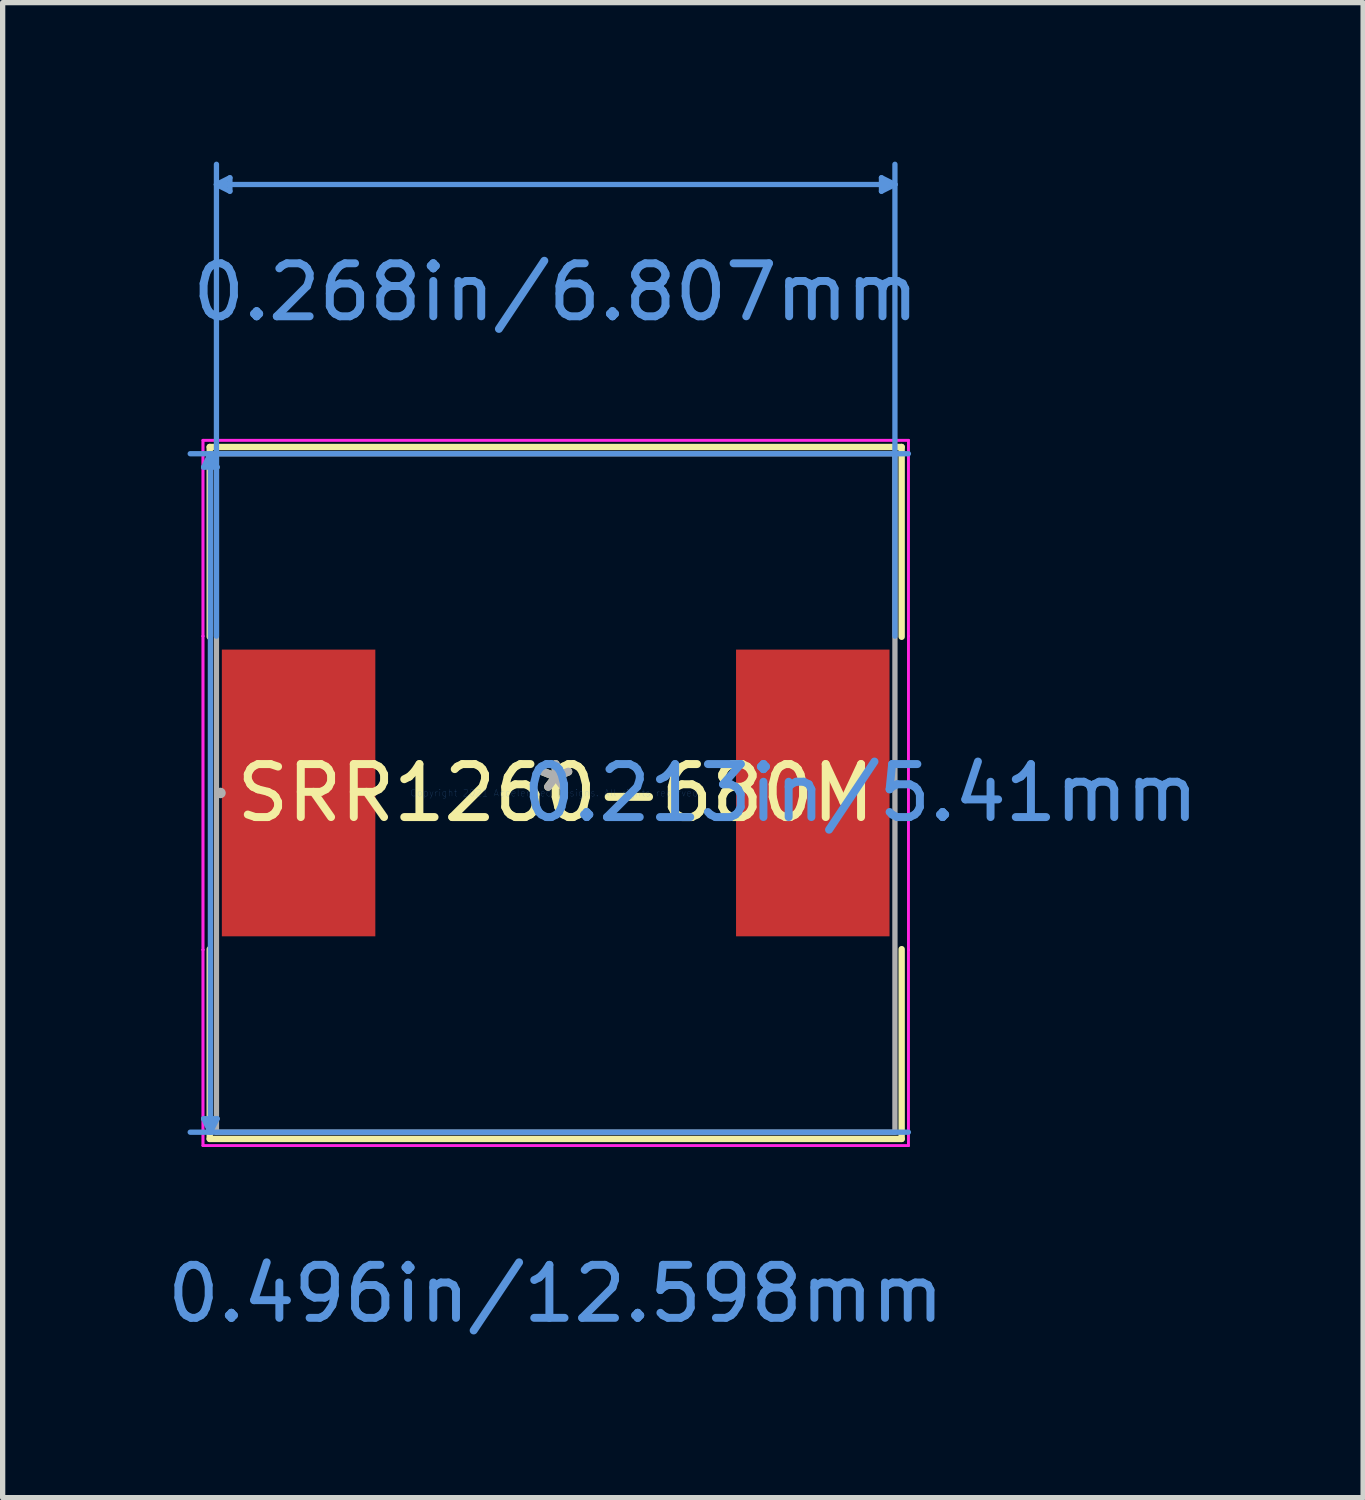
<source format=kicad_pcb>
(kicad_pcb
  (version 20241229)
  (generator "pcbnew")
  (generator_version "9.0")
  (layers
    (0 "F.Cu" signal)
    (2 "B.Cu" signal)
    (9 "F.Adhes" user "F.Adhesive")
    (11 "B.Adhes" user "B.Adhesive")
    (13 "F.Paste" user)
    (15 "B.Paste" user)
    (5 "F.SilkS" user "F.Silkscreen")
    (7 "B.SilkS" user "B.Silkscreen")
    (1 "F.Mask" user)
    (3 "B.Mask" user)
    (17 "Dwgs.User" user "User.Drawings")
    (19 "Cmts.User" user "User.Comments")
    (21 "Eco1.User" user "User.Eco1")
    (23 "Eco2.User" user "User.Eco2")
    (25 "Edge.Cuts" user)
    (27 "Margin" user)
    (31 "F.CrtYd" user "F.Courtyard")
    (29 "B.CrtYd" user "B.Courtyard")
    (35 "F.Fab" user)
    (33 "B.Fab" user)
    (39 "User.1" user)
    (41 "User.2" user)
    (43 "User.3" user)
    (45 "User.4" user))
  (footprint "SRR1260-680M"
    (layer "F.Cu")
    (at 7.435 11.912)
    (property "Reference" "SRR1260-680M" (at 0 0 0) (layer "F.SilkS") (effects (font (size 1 1) (thickness 0.15))))
    (attr through_hole)
    (fp_line (start -6.528 -6.528) (end -6.528 -2.947) (stroke (width 0.12) (type solid)) (layer "F.SilkS"))
    (fp_line (start -6.528 2.947) (end -6.528 6.528) (stroke (width 0.12) (type solid)) (layer "F.SilkS"))
    (fp_line (start -6.528 6.528) (end 6.528 6.528) (stroke (width 0.12) (type solid)) (layer "F.SilkS"))
    (fp_line (start 6.528 -6.528) (end -6.528 -6.528) (stroke (width 0.12) (type solid)) (layer "F.SilkS"))
    (fp_line (start 6.528 -2.947) (end 6.528 -6.528) (stroke (width 0.12) (type solid)) (layer "F.SilkS"))
    (fp_line (start 6.528 6.528) (end 6.528 2.947) (stroke (width 0.12) (type solid)) (layer "F.SilkS"))
    (fp_line (start -6.642 -6.147) (end -6.388 -6.147) (stroke (width 0.1) (type solid)) (layer "Cmts.User"))
    (fp_line (start -6.642 6.147) (end -6.388 6.147) (stroke (width 0.1) (type solid)) (layer "Cmts.User"))
    (fp_line (start -6.515 -6.401) (end -6.642 -6.147) (stroke (width 0.1) (type solid)) (layer "Cmts.User"))
    (fp_line (start -6.515 -6.401) (end -6.515 6.401) (stroke (width 0.1) (type solid)) (layer "Cmts.User"))
    (fp_line (start -6.515 -6.401) (end -6.388 -6.147) (stroke (width 0.1) (type solid)) (layer "Cmts.User"))
    (fp_line (start -6.515 6.401) (end -6.642 6.147) (stroke (width 0.1) (type solid)) (layer "Cmts.User"))
    (fp_line (start -6.515 6.401) (end -6.388 6.147) (stroke (width 0.1) (type solid)) (layer "Cmts.User"))
    (fp_line (start -6.401 -11.481) (end -6.147 -11.608) (stroke (width 0.1) (type solid)) (layer "Cmts.User"))
    (fp_line (start -6.401 -11.481) (end -6.147 -11.354) (stroke (width 0.1) (type solid)) (layer "Cmts.User"))
    (fp_line (start -6.401 -11.481) (end 6.401 -11.481) (stroke (width 0.1) (type solid)) (layer "Cmts.User"))
    (fp_line (start -6.401 -2.959) (end -6.401 -11.862) (stroke (width 0.1) (type solid)) (layer "Cmts.User"))
    (fp_line (start -6.147 -11.608) (end -6.147 -11.354) (stroke (width 0.1) (type solid)) (layer "Cmts.User"))
    (fp_line (start 6.147 -11.608) (end 6.147 -11.354) (stroke (width 0.1) (type solid)) (layer "Cmts.User"))
    (fp_line (start 6.401 -11.481) (end 6.147 -11.608) (stroke (width 0.1) (type solid)) (layer "Cmts.User"))
    (fp_line (start 6.401 -11.481) (end 6.147 -11.354) (stroke (width 0.1) (type solid)) (layer "Cmts.User"))
    (fp_line (start 6.401 -2.959) (end 6.401 -11.862) (stroke (width 0.1) (type solid)) (layer "Cmts.User"))
    (fp_line (start 6.655 -6.401) (end -6.896 -6.401) (stroke (width 0.1) (type solid)) (layer "Cmts.User"))
    (fp_line (start 6.655 6.401) (end -6.896 6.401) (stroke (width 0.1) (type solid)) (layer "Cmts.User"))
    (fp_line (start -6.655 -6.655) (end 6.655 -6.655) (stroke (width 0.05) (type solid)) (layer "F.CrtYd"))
    (fp_line (start -6.655 -6.655) (end 6.655 -6.655) (stroke (width 0.05) (type solid)) (layer "F.CrtYd"))
    (fp_line (start -6.655 -2.959) (end -6.655 -6.655) (stroke (width 0.05) (type solid)) (layer "F.CrtYd"))
    (fp_line (start -6.655 -2.959) (end -6.655 -6.655) (stroke (width 0.05) (type solid)) (layer "F.CrtYd"))
    (fp_line (start -6.655 -2.959) (end -6.655 -2.959) (stroke (width 0.05) (type solid)) (layer "F.CrtYd"))
    (fp_line (start -6.655 -2.959) (end -6.655 -2.959) (stroke (width 0.05) (type solid)) (layer "F.CrtYd"))
    (fp_line (start -6.655 2.959) (end -6.655 -2.959) (stroke (width 0.05) (type solid)) (layer "F.CrtYd"))
    (fp_line (start -6.655 2.959) (end -6.655 -2.959) (stroke (width 0.05) (type solid)) (layer "F.CrtYd"))
    (fp_line (start -6.655 2.959) (end -6.655 2.959) (stroke (width 0.05) (type solid)) (layer "F.CrtYd"))
    (fp_line (start -6.655 2.959) (end -6.655 2.959) (stroke (width 0.05) (type solid)) (layer "F.CrtYd"))
    (fp_line (start -6.655 6.655) (end -6.655 2.959) (stroke (width 0.05) (type solid)) (layer "F.CrtYd"))
    (fp_line (start -6.655 6.655) (end -6.655 2.959) (stroke (width 0.05) (type solid)) (layer "F.CrtYd"))
    (fp_line (start 6.655 -6.655) (end 6.655 -2.959) (stroke (width 0.05) (type solid)) (layer "F.CrtYd"))
    (fp_line (start 6.655 -6.655) (end 6.655 -2.959) (stroke (width 0.05) (type solid)) (layer "F.CrtYd"))
    (fp_line (start 6.655 -2.959) (end 6.655 -2.959) (stroke (width 0.05) (type solid)) (layer "F.CrtYd"))
    (fp_line (start 6.655 -2.959) (end 6.655 -2.959) (stroke (width 0.05) (type solid)) (layer "F.CrtYd"))
    (fp_line (start 6.655 -2.959) (end 6.655 2.959) (stroke (width 0.05) (type solid)) (layer "F.CrtYd"))
    (fp_line (start 6.655 -2.959) (end 6.655 2.959) (stroke (width 0.05) (type solid)) (layer "F.CrtYd"))
    (fp_line (start 6.655 2.959) (end 6.655 2.959) (stroke (width 0.05) (type solid)) (layer "F.CrtYd"))
    (fp_line (start 6.655 2.959) (end 6.655 2.959) (stroke (width 0.05) (type solid)) (layer "F.CrtYd"))
    (fp_line (start 6.655 2.959) (end 6.655 6.655) (stroke (width 0.05) (type solid)) (layer "F.CrtYd"))
    (fp_line (start 6.655 2.959) (end 6.655 6.655) (stroke (width 0.05) (type solid)) (layer "F.CrtYd"))
    (fp_line (start 6.655 6.655) (end -6.655 6.655) (stroke (width 0.05) (type solid)) (layer "F.CrtYd"))
    (fp_line (start 6.655 6.655) (end -6.655 6.655) (stroke (width 0.05) (type solid)) (layer "F.CrtYd"))
    (fp_line (start -6.401 -6.401) (end -6.401 6.401) (stroke (width 0.1) (type solid)) (layer "F.Fab"))
    (fp_line (start -6.401 6.401) (end 6.401 6.401) (stroke (width 0.1) (type solid)) (layer "F.Fab"))
    (fp_line (start 6.401 -6.401) (end -6.401 -6.401) (stroke (width 0.1) (type solid)) (layer "F.Fab"))
    (fp_line (start 6.401 6.401) (end 6.401 -6.401) (stroke (width 0.1) (type solid)) (layer "F.Fab"))
    (fp_circle (center -6.325 0) (end -6.325 0) (stroke (width 0.1) (type solid)) (fill no) (layer "F.Fab"))
    (fp_text user "*" (at 0 0 0) (layer "F.SilkS") (effects (font (size 1 1) (thickness 0.15))))
    (fp_text user "Copyright 2021 Accelerated Designs. All rights reserved." (at 0 0 0) (layer "Cmts.User") (effects (font (size 0.127 0.127) (thickness 0.002))))
    (fp_text user "0.268in/6.807mm" (at 0 -9.449 0) (layer "Cmts.User") (effects (font (size 1 1) (thickness 0.15))))
    (fp_text user "0.496in/12.598mm" (at 0 9.449 0) (layer "Cmts.User") (effects (font (size 1 1) (thickness 0.15))))
    (fp_text user "0.213in/5.41mm" (at 5.753 0 0) (layer "Cmts.User") (effects (font (size 1 1) (thickness 0.15))))
    (fp_text user "*" (at 0 0 0) (layer "F.Fab") (effects (font (size 1 1) (thickness 0.15))))
    (pad "1" smd rect (at -4.851 0) (size 2.896 5.41) (layers "F.Cu" "F.Mask" "F.Paste"))
    (pad "2" smd rect (at 4.851 0) (size 2.896 5.41) (layers "F.Cu" "F.Mask" "F.Paste")))
  (gr_rect
    (start -3 -3)
    (end 22.67 25.209)
    (stroke (width 0.1) (type default))
    (fill no)
    (layer "Edge.Cuts")))
</source>
